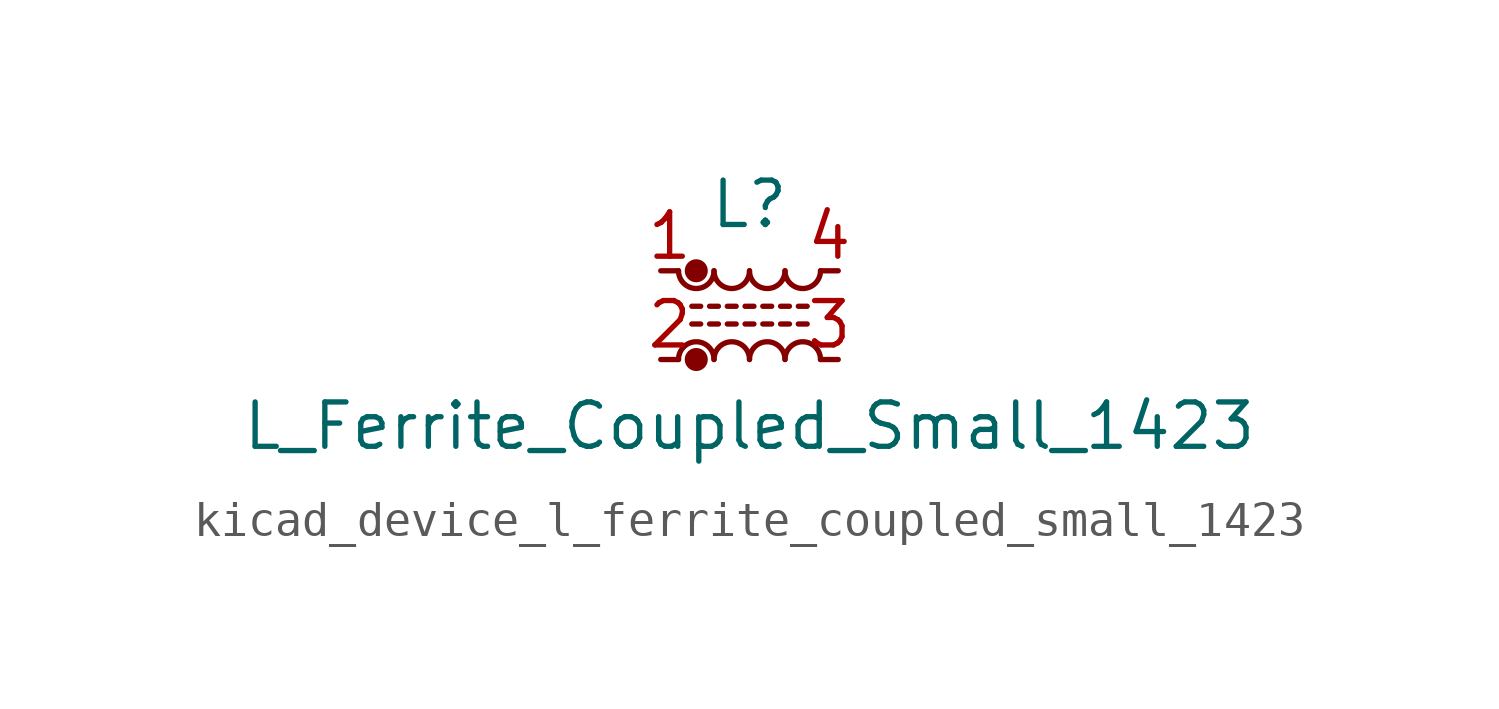
<source format=kicad_sym>
(kicad_symbol_lib
  (version 20220914)
  (generator kicad_symbol_editor)
  (symbol "kicad_device_l_ferrite_coupled_small_1423"
    (pin_names
      (offset 0.254) hide)
    (property "Reference" "L"
      (at 0 3.175 0)
      (effects (font (size 1.27 1.27))))
    (property "Value" "L_Ferrite_Coupled_Small_1423"
      (at 0 -3.175 0)
      (effects (font (size 1.27 1.27))))
    (symbol "kicad_device_l_ferrite_coupled_small_1423_0_1"
      (arc (start -2.032 1.27) (mid -1.524 0.7642) (end -1.016 1.27) (stroke (width 0) (type default)) (fill (type none)))
      (circle (center -1.524 -1.27) (radius 0.254) (stroke (width 0) (type default)) (fill (type outline)))
      (circle (center -1.524 1.27) (radius 0.254) (stroke (width 0) (type default)) (fill (type outline)))
      (arc (start -1.016 -1.27) (mid -1.524 -0.7642) (end -2.032 -1.27) (stroke (width 0) (type default)) (fill (type none)))
      (arc (start -1.016 1.27) (mid -0.508 0.7642) (end 0 1.27) (stroke (width 0) (type default)) (fill (type none)))
      (arc (start 0 -1.27) (mid -0.508 -0.7642) (end -1.016 -1.27) (stroke (width 0) (type default)) (fill (type none)))
      (polyline (pts (xy -1.651 0.254) (xy -1.397 0.254)) (stroke (width 0) (type default)) (fill (type none)))
      (polyline (pts (xy -1.397 -0.254) (xy -1.651 -0.254)) (stroke (width 0) (type default)) (fill (type none)))
      (polyline (pts (xy -1.143 0.254) (xy -0.889 0.254)) (stroke (width 0) (type default)) (fill (type none)))
      (polyline (pts (xy -0.889 -0.254) (xy -1.143 -0.254)) (stroke (width 0) (type default)) (fill (type none)))
      (polyline (pts (xy -0.635 0.254) (xy -0.381 0.254)) (stroke (width 0) (type default)) (fill (type none)))
      (polyline (pts (xy -0.381 -0.254) (xy -0.635 -0.254)) (stroke (width 0) (type default)) (fill (type none)))
      (polyline (pts (xy -0.127 0.254) (xy 0.127 0.254)) (stroke (width 0) (type default)) (fill (type none)))
      (polyline (pts (xy 0.127 -0.254) (xy -0.127 -0.254)) (stroke (width 0) (type default)) (fill (type none)))
      (polyline (pts (xy 0.381 0.254) (xy 0.635 0.254)) (stroke (width 0) (type default)) (fill (type none)))
      (polyline (pts (xy 0.635 -0.254) (xy 0.381 -0.254)) (stroke (width 0) (type default)) (fill (type none)))
      (polyline (pts (xy 0.889 0.254) (xy 1.143 0.254)) (stroke (width 0) (type default)) (fill (type none)))
      (polyline (pts (xy 1.143 -0.254) (xy 0.889 -0.254)) (stroke (width 0) (type default)) (fill (type none)))
      (polyline (pts (xy 1.397 0.254) (xy 1.651 0.254)) (stroke (width 0) (type default)) (fill (type none)))
      (polyline (pts (xy 1.651 -0.254) (xy 1.397 -0.254)) (stroke (width 0) (type default)) (fill (type none)))
      (arc (start 0 1.27) (mid 0.508 0.7642) (end 1.016 1.27) (stroke (width 0) (type default)) (fill (type none)))
      (arc (start 1.016 -1.27) (mid 0.508 -0.7642) (end 0 -1.27) (stroke (width 0) (type default)) (fill (type none)))
      (arc (start 1.016 1.27) (mid 1.524 0.7642) (end 2.032 1.27) (stroke (width 0) (type default)) (fill (type none)))
      (arc (start 2.032 -1.27) (mid 1.524 -0.7642) (end 1.016 -1.27) (stroke (width 0) (type default)) (fill (type none))))
    (symbol "kicad_device_l_ferrite_coupled_small_1423_1_1"
      (pin passive line (at -2.54 1.27 0) (length 0.508) (name "1" (effects (font (size 1.27 1.27)))) (number "1" (effects (font (size 1.27 1.27)))))
      (pin passive line (at -2.54 -1.27 0) (length 0.508) (name "2" (effects (font (size 1.27 1.27)))) (number "2" (effects (font (size 1.27 1.27)))))
      (pin passive line (at 2.54 -1.27 180) (length 0.508) (name "3" (effects (font (size 1.27 1.27)))) (number "3" (effects (font (size 1.27 1.27)))))
      (pin passive line (at 2.54 1.27 180) (length 0.508) (name "4" (effects (font (size 1.27 1.27)))) (number "4" (effects (font (size 1.27 1.27))))))))
</source>
